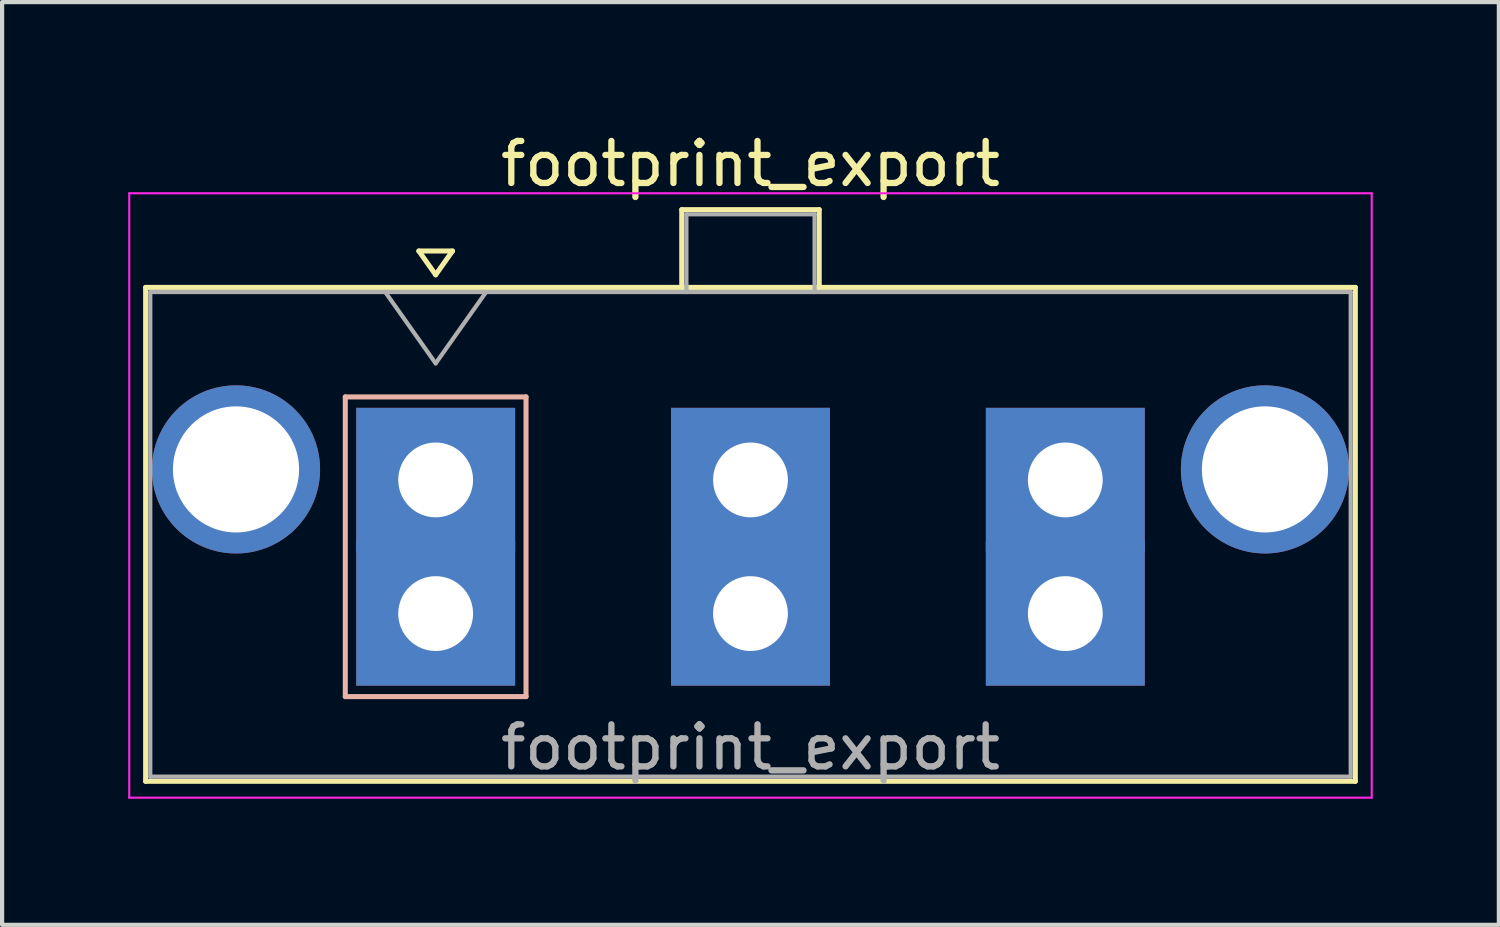
<source format=kicad_pcb>
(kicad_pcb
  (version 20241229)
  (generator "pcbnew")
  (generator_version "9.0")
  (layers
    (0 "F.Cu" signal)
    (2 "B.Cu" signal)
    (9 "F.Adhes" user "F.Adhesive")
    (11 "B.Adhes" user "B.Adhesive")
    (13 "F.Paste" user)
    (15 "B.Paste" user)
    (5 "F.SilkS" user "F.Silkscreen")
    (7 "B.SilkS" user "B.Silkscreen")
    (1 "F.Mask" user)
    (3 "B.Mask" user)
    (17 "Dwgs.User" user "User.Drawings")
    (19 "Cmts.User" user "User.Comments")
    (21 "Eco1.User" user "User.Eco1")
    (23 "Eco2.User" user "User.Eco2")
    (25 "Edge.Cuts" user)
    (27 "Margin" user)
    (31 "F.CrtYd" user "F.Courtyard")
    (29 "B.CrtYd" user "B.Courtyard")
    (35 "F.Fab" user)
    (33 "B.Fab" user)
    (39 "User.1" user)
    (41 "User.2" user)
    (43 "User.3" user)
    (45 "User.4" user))
  (footprint "footprint_export"
    (layer "F.Cu")
    (at 7.315 11.548)
    (property "Reference" "footprint_export" (at 7.49 -10.7 0) (layer "F.SilkS") (effects (font (size 1 1) (thickness 0.15))))
    (attr through_hole)
    (fp_line (start -6.9 -7.76) (end -6.9 3.99) (stroke (width 0.12) (type solid)) (layer "F.SilkS"))
    (fp_line (start -6.9 3.99) (end 21.88 3.99) (stroke (width 0.12) (type solid)) (layer "F.SilkS"))
    (fp_line (start -0.4 -8.626) (end 0 -8.06) (stroke (width 0.12) (type solid)) (layer "F.SilkS"))
    (fp_line (start 0 -8.06) (end 0.4 -8.626) (stroke (width 0.12) (type solid)) (layer "F.SilkS"))
    (fp_line (start 0.4 -8.626) (end -0.4 -8.626) (stroke (width 0.12) (type solid)) (layer "F.SilkS"))
    (fp_line (start 5.855 -9.61) (end 9.125 -9.61) (stroke (width 0.12) (type solid)) (layer "F.SilkS"))
    (fp_line (start 5.855 -7.76) (end 5.855 -9.61) (stroke (width 0.12) (type solid)) (layer "F.SilkS"))
    (fp_line (start 9.125 -9.61) (end 9.125 -7.76) (stroke (width 0.12) (type solid)) (layer "F.SilkS"))
    (fp_line (start 21.88 -7.76) (end -6.9 -7.76) (stroke (width 0.12) (type solid)) (layer "F.SilkS"))
    (fp_line (start 21.88 3.99) (end 21.88 -7.76) (stroke (width 0.12) (type solid)) (layer "F.SilkS"))
    (fp_line (start -2.15 -5.155) (end -2.15 1.975) (stroke (width 0.12) (type solid)) (layer "B.SilkS"))
    (fp_line (start -2.15 1.975) (end 2.15 1.975) (stroke (width 0.12) (type solid)) (layer "B.SilkS"))
    (fp_line (start 2.15 -5.155) (end -2.15 -5.155) (stroke (width 0.12) (type solid)) (layer "B.SilkS"))
    (fp_line (start 2.15 1.975) (end 2.15 -5.155) (stroke (width 0.12) (type solid)) (layer "B.SilkS"))
    (fp_line (start -7.29 -10) (end -7.29 4.38) (stroke (width 0.05) (type solid)) (layer "F.CrtYd"))
    (fp_line (start -7.29 4.38) (end 22.27 4.38) (stroke (width 0.05) (type solid)) (layer "F.CrtYd"))
    (fp_line (start 22.27 -10) (end -7.29 -10) (stroke (width 0.05) (type solid)) (layer "F.CrtYd"))
    (fp_line (start 22.27 4.38) (end 22.27 -10) (stroke (width 0.05) (type solid)) (layer "F.CrtYd"))
    (fp_line (start -6.79 -7.65) (end -6.79 3.88) (stroke (width 0.1) (type solid)) (layer "F.Fab"))
    (fp_line (start -6.79 3.88) (end 21.77 3.88) (stroke (width 0.1) (type solid)) (layer "F.Fab"))
    (fp_line (start -1.2 -7.65) (end 0 -5.953) (stroke (width 0.1) (type solid)) (layer "F.Fab"))
    (fp_line (start 0 -5.953) (end 1.2 -7.65) (stroke (width 0.1) (type solid)) (layer "F.Fab"))
    (fp_line (start 5.965 -9.5) (end 9.015 -9.5) (stroke (width 0.1) (type solid)) (layer "F.Fab"))
    (fp_line (start 5.965 -7.65) (end 5.965 -9.5) (stroke (width 0.1) (type solid)) (layer "F.Fab"))
    (fp_line (start 9.015 -9.5) (end 9.015 -7.65) (stroke (width 0.1) (type solid)) (layer "F.Fab"))
    (fp_line (start 21.77 -7.65) (end -6.79 -7.65) (stroke (width 0.1) (type solid)) (layer "F.Fab"))
    (fp_line (start 21.77 3.88) (end 21.77 -7.65) (stroke (width 0.1) (type solid)) (layer "F.Fab"))
    (fp_text user "${REFERENCE}" (at 7.49 3.18 0) (layer "F.Fab") (effects (font (size 1 1) (thickness 0.15))))
    (pad "" thru_hole circle (at -4.75 -3.43) (size 4 4) (drill 3) (layers "*.Cu" "*.Mask"))
    (pad "" thru_hole circle (at 19.73 -3.43) (size 4 4) (drill 3) (layers "*.Cu" "*.Mask"))
    (pad "1" thru_hole rect (at 0 -3.18) (size 3.78 3.43) (drill 1.78) (layers "*.Cu" "*.Mask"))
    (pad "1" thru_hole rect (at 0 0) (size 3.78 3.43) (drill 1.78) (layers "*.Cu" "*.Mask"))
    (pad "2" thru_hole rect (at 7.49 -3.18) (size 3.78 3.43) (drill 1.78) (layers "*.Cu" "*.Mask"))
    (pad "2" thru_hole rect (at 7.49 0) (size 3.78 3.43) (drill 1.78) (layers "*.Cu" "*.Mask"))
    (pad "3" thru_hole rect (at 14.98 -3.18) (size 3.78 3.43) (drill 1.78) (layers "*.Cu" "*.Mask"))
    (pad "3" thru_hole rect (at 14.98 0) (size 3.78 3.43) (drill 1.78) (layers "*.Cu" "*.Mask")))
  (gr_rect
    (start -3 -3)
    (end 32.61 18.953)
    (stroke (width 0.1) (type default))
    (fill no)
    (layer "Edge.Cuts")))
</source>
